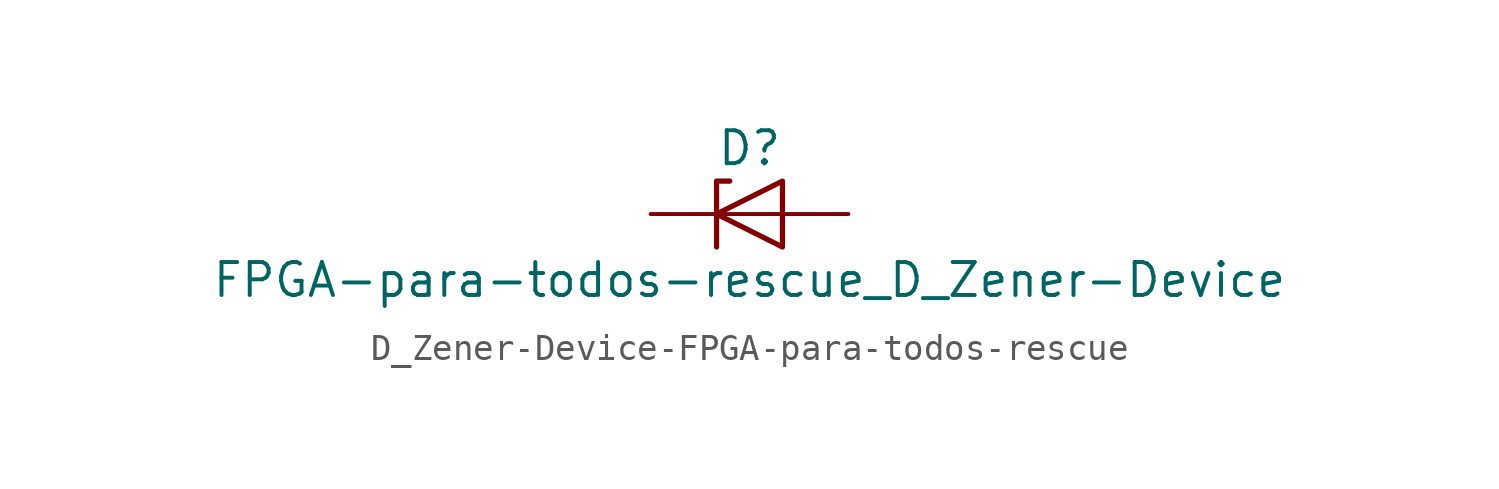
<source format=kicad_sym>
(kicad_symbol_lib
  (version 20231120)
  (generator "kicad_symbol_editor")
  (generator_version "8.0")
  (symbol "D_Zener-Device-FPGA-para-todos-rescue"
    (pin_numbers hide)
    (pin_names
      (offset 1.016) hide)
    (property "Reference" "D"
      (at 0 2.54 0)
      (effects (font (size 1.27 1.27))))
    (property "Value" "FPGA-para-todos-rescue_D_Zener-Device"
      (at 0 -2.54 0)
      (effects (font (size 1.27 1.27))))
    (symbol "D_Zener-Device-FPGA-para-todos-rescue_0_1"
      (polyline (pts (xy 1.27 0) (xy -1.27 0)) (stroke (width 0) (type solid)) (fill (type none)))
      (polyline (pts (xy -1.27 -1.27) (xy -1.27 1.27) (xy -0.762 1.27)) (stroke (width 0.203) (type solid)) (fill (type none)))
      (polyline (pts (xy 1.27 -1.27) (xy 1.27 1.27) (xy -1.27 0) (xy 1.27 -1.27)) (stroke (width 0.203) (type solid)) (fill (type none))))
    (symbol "D_Zener-Device-FPGA-para-todos-rescue_1_1"
      (pin passive line (at 3.81 0 180) (length 2.54) (name "A" (effects (font (size 1.27 1.27)))) (number "1" (effects (font (size 1.27 1.27)))))
      (pin passive line (at -3.81 0 0) (length 2.54) (name "K" (effects (font (size 1.27 1.27)))) (number "2" (effects (font (size 1.27 1.27))))))))
</source>
